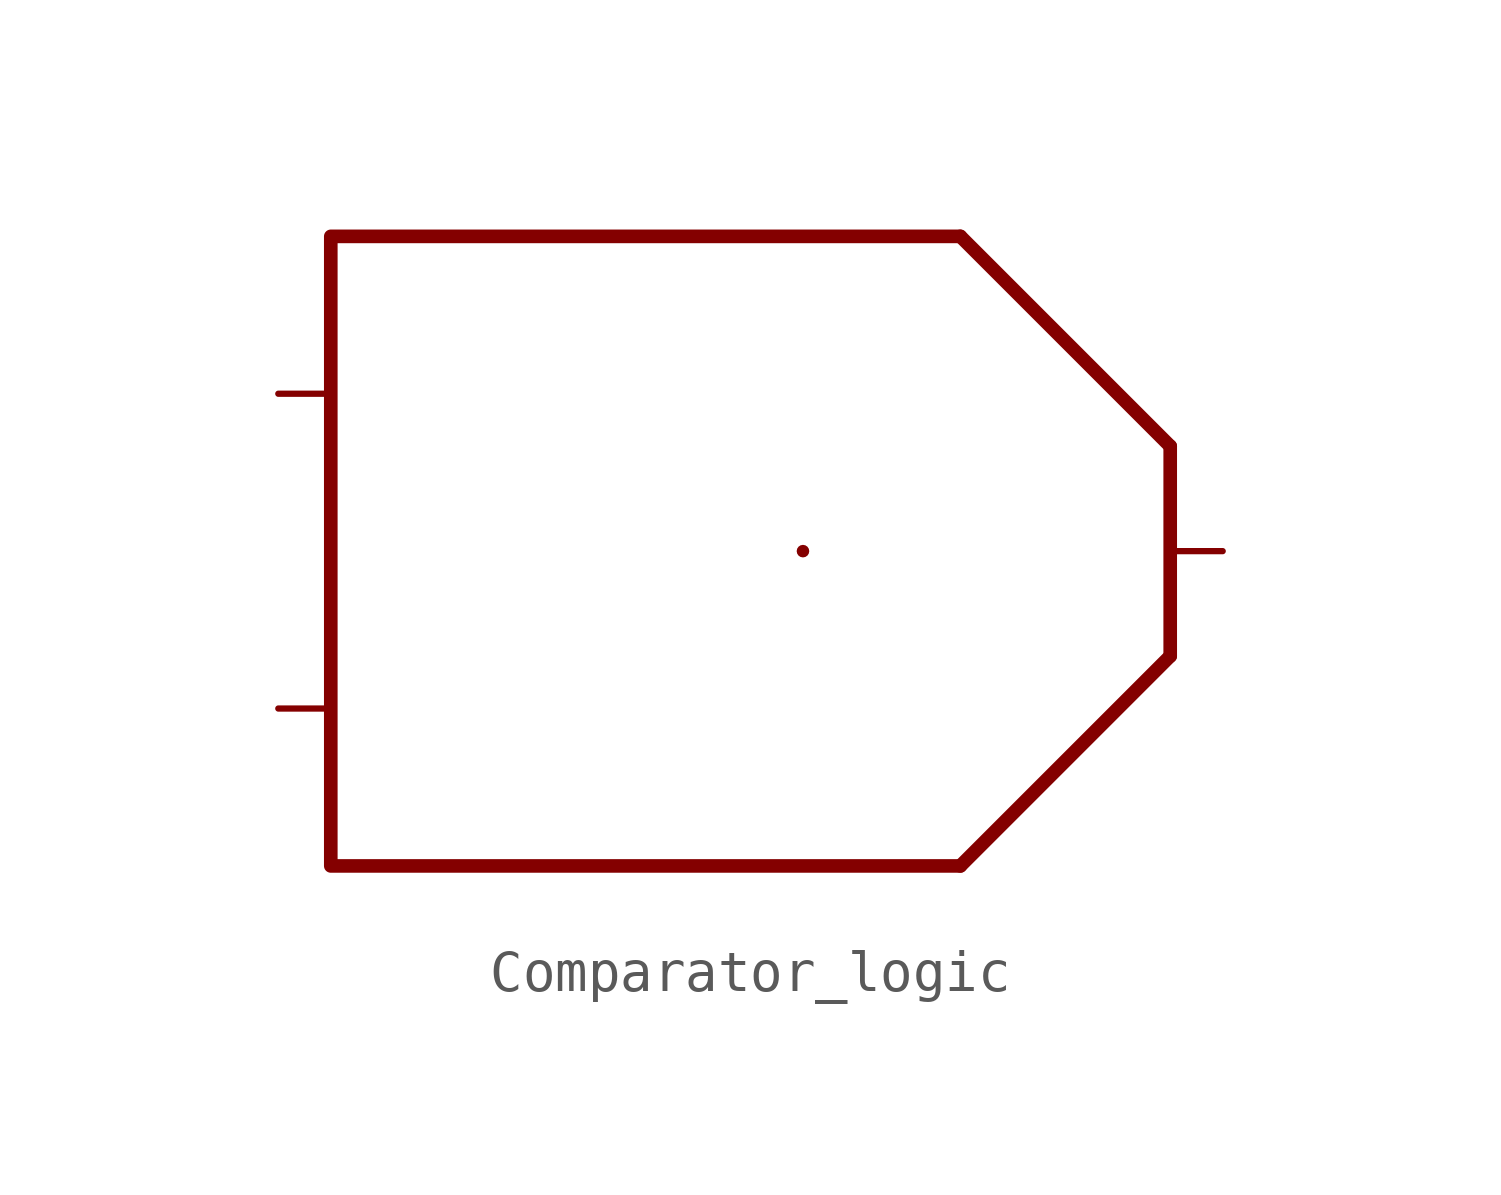
<source format=kicad_sym>
(kicad_symbol_lib
  (version 20211014)
  (generator kicad_symbol_editor)
  (symbol "Comparator_logic"
    (property "Reference" "U"
      (at 2.54 16.51 0)
      (effects (font (size 1.27 1.27)) hide))
    (symbol "Comparator_logic_0_0"
      (circle (center -3.81 0) (radius 0.0001) (stroke (width 0) (type default) (color 0 0 0 0)) (fill (type none)))
      (polyline (pts (xy -10.16 -2.54)) (stroke (width 0.75) (type default) (color 0 0 0 0)) (fill (type none)))
      (polyline (pts (xy -10.16 2.54)) (stroke (width 0) (type default) (color 0 0 0 0)) (fill (type none)))
      (polyline (pts (xy 0 7.62) (xy -15.24 7.62) (xy -15.24 -7.62) (xy 0 -7.62)) (stroke (width 0.33) (type default) (color 0 0 0 0)) (fill (type none))))
    (symbol "Comparator_logic_0_1"
      (polyline (pts (xy 0 7.62) (xy 5.08 2.54)) (stroke (width 0.33) (type default) (color 0 0 0 0)) (fill (type none)))
      (polyline (pts (xy 5.08 -2.54) (xy 0 -7.62)) (stroke (width 0.33) (type default) (color 0 0 0 0)) (fill (type none)))
      (polyline (pts (xy 5.08 2.54) (xy 5.08 -2.54)) (stroke (width 0.33) (type default) (color 0 0 0 0)) (fill (type none))))
    (symbol "Comparator_logic_1_1"
      (pin input line (at -16.51 -3.81 0) (length 1.27) (name "" (effects (font (size 1.27 1.27)))) (number "" (effects (font (size 1.27 1.27)))))
      (pin input line (at -16.51 3.81 0) (length 1.27) (name "" (effects (font (size 1.27 1.27)))) (number "" (effects (font (size 1.27 1.27)))))
      (pin output line (at 6.35 0 180) (length 1.27) (name "" (effects (font (size 1.27 1.27)))) (number "" (effects (font (size 1.27 1.27))))))))
</source>
